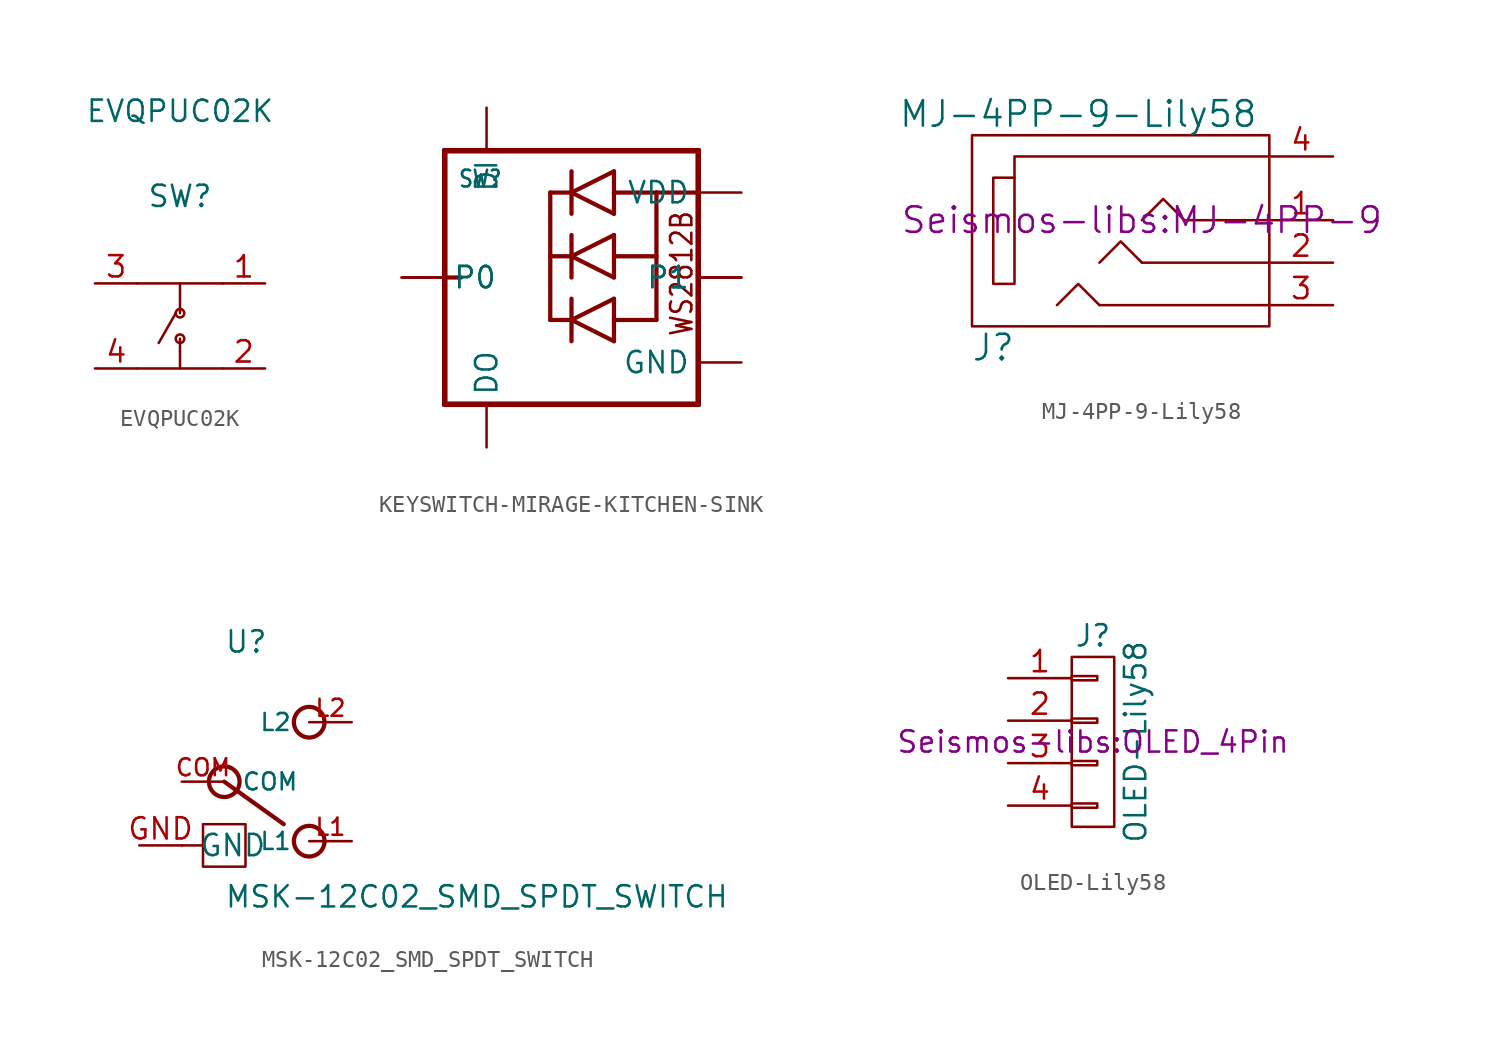
<source format=kicad_sym>
(kicad_symbol_lib
  (version 20220914)
  (generator kicad_symbol_editor)
  (symbol "EVQPUC02K"
    (pin_names
      (offset 1.016) hide)
    (property "Reference" "SW"
      (at 0 7.747 0)
      (effects (font (size 1.27 1.27))))
    (property "Value" "EVQPUC02K"
      (at 0 12.827 0)
      (effects (font (size 1.27 1.27))))
    (symbol "EVQPUC02K_1_1"
      (circle (center 0 -0.762) (radius 0.254) (stroke (width 0.152) (type solid)) (fill (type none)))
      (polyline (pts (xy -2.54 -2.54) (xy 2.54 -2.54)) (stroke (width 0.152) (type solid)) (fill (type none)))
      (polyline (pts (xy -2.54 2.54) (xy 2.54 2.54)) (stroke (width 0.152) (type solid)) (fill (type none)))
      (polyline (pts (xy -1.27 -1.016) (xy -0.254 0.762)) (stroke (width 0.152) (type solid)) (fill (type none)))
      (polyline (pts (xy 0 -2.54) (xy 0 -1.524)) (stroke (width 0.152) (type solid)) (fill (type none)))
      (polyline (pts (xy 0 -1.524) (xy 0 -0.762)) (stroke (width 0.152) (type solid)) (fill (type none)))
      (polyline (pts (xy 0 2.54) (xy 0 0.762)) (stroke (width 0.152) (type solid)) (fill (type none)))
      (circle (center 0 0.762) (radius 0.254) (stroke (width 0.152) (type solid)) (fill (type none)))
      (pin input line (at 5.08 2.54 180) (length 2.54) (name "1" (effects (font (size 1.27 1.27)))) (number "1" (effects (font (size 1.27 1.27)))))
      (pin input line (at 5.08 -2.54 180) (length 2.54) (name "2" (effects (font (size 1.27 1.27)))) (number "2" (effects (font (size 1.27 1.27)))))
      (pin input line (at -5.08 2.54 0) (length 2.54) (name "3" (effects (font (size 1.27 1.27)))) (number "3" (effects (font (size 1.27 1.27)))))
      (pin input line (at -5.08 -2.54 0) (length 2.54) (name "4" (effects (font (size 1.27 1.27)))) (number "4" (effects (font (size 1.27 1.27)))))))
  (symbol "KEYSWITCH-MIRAGE-KITCHEN-SINK"
    (property "Reference" "SW"
      (at -6.81 5.318 0)
      (effects (font (size 1 0.85)) (justify left bottom)))
    (symbol "KEYSWITCH-MIRAGE-KITCHEN-SINK_1_0"
      (polyline (pts (xy -7.62 -7.62) (xy 7.62 -7.62)) (stroke (width 0.254) (type default)) (fill (type none)))
      (polyline (pts (xy -7.62 0) (xy -7.62 -7.62)) (stroke (width 0.254) (type default)) (fill (type none)))
      (polyline (pts (xy -7.62 7.62) (xy -7.62 0)) (stroke (width 0.254) (type default)) (fill (type none)))
      (polyline (pts (xy -7.54 -7.54) (xy -7.54 7.54)) (stroke (width 0.254) (type default)) (fill (type none)))
      (polyline (pts (xy -7.54 7.54) (xy 7.54 7.54)) (stroke (width 0.254) (type default)) (fill (type none)))
      (polyline (pts (xy -6.604 0) (xy -7.62 0)) (stroke (width 0.254) (type default)) (fill (type none)))
      (polyline (pts (xy -1.27 -2.54) (xy -1.27 1.27)) (stroke (width 0.254) (type default)) (fill (type none)))
      (polyline (pts (xy -1.27 1.27) (xy -1.27 5.08)) (stroke (width 0.254) (type default)) (fill (type none)))
      (polyline (pts (xy 0 -2.54) (xy -1.27 -2.54)) (stroke (width 0.254) (type default)) (fill (type none)))
      (polyline (pts (xy 0 -2.54) (xy 0 -3.81)) (stroke (width 0.254) (type default)) (fill (type none)))
      (polyline (pts (xy 0 -2.54) (xy 0 -1.27)) (stroke (width 0.254) (type default)) (fill (type none)))
      (polyline (pts (xy 0 -2.54) (xy 2.54 -3.81)) (stroke (width 0.254) (type default)) (fill (type none)))
      (polyline (pts (xy 0 1.27) (xy -1.27 1.27)) (stroke (width 0.254) (type default)) (fill (type none)))
      (polyline (pts (xy 0 1.27) (xy 0 0)) (stroke (width 0.254) (type default)) (fill (type none)))
      (polyline (pts (xy 0 1.27) (xy 2.54 2.54)) (stroke (width 0.254) (type default)) (fill (type none)))
      (polyline (pts (xy 0 2.54) (xy 0 1.27)) (stroke (width 0.254) (type default)) (fill (type none)))
      (polyline (pts (xy 0 3.81) (xy 0 5.08)) (stroke (width 0.254) (type default)) (fill (type none)))
      (polyline (pts (xy 0 5.08) (xy -1.27 5.08)) (stroke (width 0.254) (type default)) (fill (type none)))
      (polyline (pts (xy 0 5.08) (xy 2.54 3.81)) (stroke (width 0.254) (type default)) (fill (type none)))
      (polyline (pts (xy 0 5.08) (xy 2.54 6.35)) (stroke (width 0.254) (type default)) (fill (type none)))
      (polyline (pts (xy 0 6.35) (xy 0 5.08)) (stroke (width 0.254) (type default)) (fill (type none)))
      (polyline (pts (xy 2.54 -3.81) (xy 2.54 -2.54)) (stroke (width 0.254) (type default)) (fill (type none)))
      (polyline (pts (xy 2.54 -2.54) (xy 5.08 -2.54)) (stroke (width 0.254) (type default)) (fill (type none)))
      (polyline (pts (xy 2.54 -1.27) (xy 0 -2.54)) (stroke (width 0.254) (type default)) (fill (type none)))
      (polyline (pts (xy 2.54 -1.27) (xy 2.54 -2.54)) (stroke (width 0.254) (type default)) (fill (type none)))
      (polyline (pts (xy 2.54 0) (xy 0 1.27)) (stroke (width 0.254) (type default)) (fill (type none)))
      (polyline (pts (xy 2.54 1.27) (xy 5.08 1.27)) (stroke (width 0.254) (type default)) (fill (type none)))
      (polyline (pts (xy 2.54 2.54) (xy 2.54 0)) (stroke (width 0.254) (type default)) (fill (type none)))
      (polyline (pts (xy 2.54 5.08) (xy 2.54 3.81)) (stroke (width 0.254) (type default)) (fill (type none)))
      (polyline (pts (xy 2.54 6.35) (xy 2.54 5.08)) (stroke (width 0.254) (type default)) (fill (type none)))
      (polyline (pts (xy 5.08 -2.54) (xy 5.08 1.27)) (stroke (width 0.254) (type default)) (fill (type none)))
      (polyline (pts (xy 5.08 1.27) (xy 5.08 5.08)) (stroke (width 0.254) (type default)) (fill (type none)))
      (polyline (pts (xy 5.08 5.08) (xy 2.54 5.08)) (stroke (width 0.254) (type default)) (fill (type none)))
      (polyline (pts (xy 7.54 -7.54) (xy -7.54 -7.54)) (stroke (width 0.254) (type default)) (fill (type none)))
      (polyline (pts (xy 7.54 7.54) (xy 7.54 -7.54)) (stroke (width 0.254) (type default)) (fill (type none)))
      (polyline (pts (xy 7.62 -7.62) (xy 7.62 5.08)) (stroke (width 0.254) (type default)) (fill (type none)))
      (polyline (pts (xy 7.62 5.08) (xy 5.08 5.08)) (stroke (width 0.254) (type default)) (fill (type none)))
      (polyline (pts (xy 7.62 5.08) (xy 7.62 7.62)) (stroke (width 0.254) (type default)) (fill (type none)))
      (polyline (pts (xy 7.62 7.62) (xy -7.62 7.62)) (stroke (width 0.254) (type default)) (fill (type none)))
      (text "WS2812B" (at 5.842 4.064 900) (effects (font (size 1.27 1.079)) (justify right top)))
      (pin input line (at 10.16 5.08 180) (length 2.54) (name "VDD" (effects (font (size 1.27 1.27)))) (number "+1" (effects (font (size 0 0)))))
      (pin bidirectional line (at 10.16 0 180) (length 2.54) (name "P1" (effects (font (size 1.27 1.27)))) (number "CHOC1" (effects (font (size 0 0)))))
      (pin bidirectional line (at -10.16 0 0) (length 2.54) (name "P0" (effects (font (size 1.27 1.27)))) (number "CHOC2" (effects (font (size 0 0)))))
      (pin input line (at -5.08 10.16 270) (length 2.54) (name "DI" (effects (font (size 1.27 1.27)))) (number "DI1" (effects (font (size 0 0)))))
      (pin output line (at -5.08 -10.16 90) (length 2.54) (name "DO" (effects (font (size 1.27 1.27)))) (number "DO1" (effects (font (size 0 0)))))
      (pin input line (at 10.16 -5.08 180) (length 2.54) (name "GND" (effects (font (size 1.27 1.27)))) (number "GND1" (effects (font (size 0 0)))))
      (pin bidirectional line (at 10.16 0 180) (length 2.54) (name "P1" (effects (font (size 1.27 1.27)))) (number "MX1" (effects (font (size 0 0)))))
      (pin bidirectional line (at -10.16 0 0) (length 2.54) (name "P0" (effects (font (size 1.27 1.27)))) (number "MX2" (effects (font (size 0 0)))))))
  (symbol "MJ-4PP-9-Lily58"
    (pin_names
      (offset 1.016))
    (property "Reference" "J"
      (at -8.89 -7.62 0)
      (effects (font (size 1.524 1.524))))
    (property "Value" "MJ-4PP-9-Lily58"
      (at -3.81 6.35 0)
      (effects (font (size 1.524 1.524))))
    (property "Footprint" "Seismos-libs:MJ-4PP-9"
      (at 0 0 0)
      (effects (font (size 1.524 1.524))))
    (property "Datasheet" ""
      (at 0 0 0)
      (effects (font (size 1.524 1.524))))
    (symbol "MJ-4PP-9-Lily58_0_1"
      (rectangle (start -7.62 2.54) (end -8.89 -3.81) (stroke (width 0) (type solid)) (fill (type none)))
      (polyline (pts (xy 2.54 0) (xy 7.62 0)) (stroke (width 0) (type solid)) (fill (type none)))
      (polyline (pts (xy -2.54 -5.08) (xy 7.62 -5.08) (xy 7.62 -5.08)) (stroke (width 0) (type solid)) (fill (type none)))
      (polyline (pts (xy 0 -2.54) (xy -1.27 -1.27) (xy -2.54 -2.54)) (stroke (width 0) (type solid)) (fill (type none)))
      (polyline (pts (xy 0 0) (xy 1.27 1.27) (xy 2.54 0)) (stroke (width 0) (type solid)) (fill (type none)))
      (polyline (pts (xy 7.62 3.81) (xy -7.62 3.81) (xy -7.62 2.54)) (stroke (width 0) (type solid)) (fill (type none)))
      (polyline (pts (xy -2.54 -5.08) (xy -3.81 -3.81) (xy -5.08 -5.08) (xy -5.08 -5.08)) (stroke (width 0) (type solid)) (fill (type none)))
      (polyline (pts (xy 0 -2.54) (xy 7.62 -2.54) (xy 7.62 -2.54) (xy 7.62 -2.54)) (stroke (width 0) (type solid)) (fill (type none)))
      (rectangle (start 7.62 -6.35) (end -10.16 5.08) (stroke (width 0) (type solid)) (fill (type none))))
    (symbol "MJ-4PP-9-Lily58_1_1"
      (pin passive line (at 11.43 0 180) (length 3.81) (name "~" (effects (font (size 1.27 1.27)))) (number "1" (effects (font (size 1.27 1.27)))))
      (pin passive line (at 11.43 -2.54 180) (length 3.81) (name "~" (effects (font (size 1.27 1.27)))) (number "2" (effects (font (size 1.27 1.27)))))
      (pin passive line (at 11.43 -5.08 180) (length 3.81) (name "~" (effects (font (size 1.27 1.27)))) (number "3" (effects (font (size 1.27 1.27)))))
      (pin passive line (at 11.43 3.81 180) (length 3.81) (name "~" (effects (font (size 1.27 1.27)))) (number "4" (effects (font (size 1.27 1.27)))))))
  (symbol "MSK-12C02_SMD_SPDT_SWITCH"
    (pin_names
      (offset 1.016))
    (property "Reference" "U"
      (at -5.08 7.62 0)
      (effects (font (size 1.27 1.27)) (justify left bottom)))
    (property "Value" "MSK-12C02_SMD_SPDT_SWITCH"
      (at -5.08 -7.62 0)
      (effects (font (size 1.27 1.27)) (justify left bottom)))
    (symbol "MSK-12C02_SMD_SPDT_SWITCH_0_0"
      (circle (center -5.08 0) (radius 0.916) (stroke (width 0.254) (type default)) (fill (type none)))
      (circle (center 0 -3.556) (radius 0.916) (stroke (width 0.254) (type default)) (fill (type none)))
      (polyline (pts (xy -5.08 0) (xy -1.524 -2.54)) (stroke (width 0.254) (type default)) (fill (type none)))
      (circle (center 0 3.556) (radius 0.916) (stroke (width 0.254) (type default)) (fill (type none)))
      (pin bidirectional line (at -7.62 0 0) (length 2.54) (name "COM" (effects (font (size 1.016 1.016)))) (number "COM" (effects (font (size 1.016 1.016)))))
      (pin bidirectional line (at 2.54 -3.556 180) (length 2.54) (name "L1" (effects (font (size 1.016 1.016)))) (number "L1" (effects (font (size 1.016 1.016)))))
      (pin bidirectional line (at 2.54 3.556 180) (length 2.54) (name "L2" (effects (font (size 1.016 1.016)))) (number "L2" (effects (font (size 1.016 1.016))))))
    (symbol "MSK-12C02_SMD_SPDT_SWITCH_0_1"
      (rectangle (start -6.35 -2.54) (end -3.81 -5.08) (stroke (width 0) (type default)) (fill (type none)))
      (polyline (pts (xy -7.62 -3.81) (xy -6.35 -3.81)) (stroke (width 0) (type default)) (fill (type none))))
    (symbol "MSK-12C02_SMD_SPDT_SWITCH_1_1"
      (pin bidirectional line (at -10.16 -3.81 0) (length 2.54) (name "GND" (effects (font (size 1.27 1.27)))) (number "GND" (effects (font (size 1.27 1.27)))))))
  (symbol "OLED-Lily58"
    (pin_names
      (offset 1.016) hide)
    (property "Reference" "J"
      (at 0 6.35 0)
      (effects (font (size 1.27 1.27))))
    (property "Value" "OLED-Lily58"
      (at 2.54 0 90)
      (effects (font (size 1.27 1.27))))
    (property "Footprint" "Seismos-libs:OLED_4Pin"
      (at 0 0 0)
      (effects (font (size 1.27 1.27))))
    (property "Datasheet" ""
      (at 0 0 0)
      (effects (font (size 1.27 1.27))))
    (symbol "OLED-Lily58_0_1"
      (rectangle (start -1.27 -3.683) (end 0.254 -3.937) (stroke (width 0) (type solid)) (fill (type none)))
      (rectangle (start -1.27 -1.143) (end 0.254 -1.397) (stroke (width 0) (type solid)) (fill (type none)))
      (rectangle (start -1.27 1.397) (end 0.254 1.143) (stroke (width 0) (type solid)) (fill (type none)))
      (rectangle (start -1.27 3.937) (end 0.254 3.683) (stroke (width 0) (type solid)) (fill (type none)))
      (rectangle (start -1.27 5.08) (end 1.27 -5.08) (stroke (width 0) (type solid)) (fill (type none))))
    (symbol "OLED-Lily58_1_1"
      (pin passive line (at -5.08 3.81 0) (length 3.81) (name "P1" (effects (font (size 1.27 1.27)))) (number "1" (effects (font (size 1.27 1.27)))))
      (pin passive line (at -5.08 1.27 0) (length 3.81) (name "P2" (effects (font (size 1.27 1.27)))) (number "2" (effects (font (size 1.27 1.27)))))
      (pin passive line (at -5.08 -1.27 0) (length 3.81) (name "P3" (effects (font (size 1.27 1.27)))) (number "3" (effects (font (size 1.27 1.27)))))
      (pin passive line (at -5.08 -3.81 0) (length 3.81) (name "P4" (effects (font (size 1.27 1.27)))) (number "4" (effects (font (size 1.27 1.27))))))))
</source>
